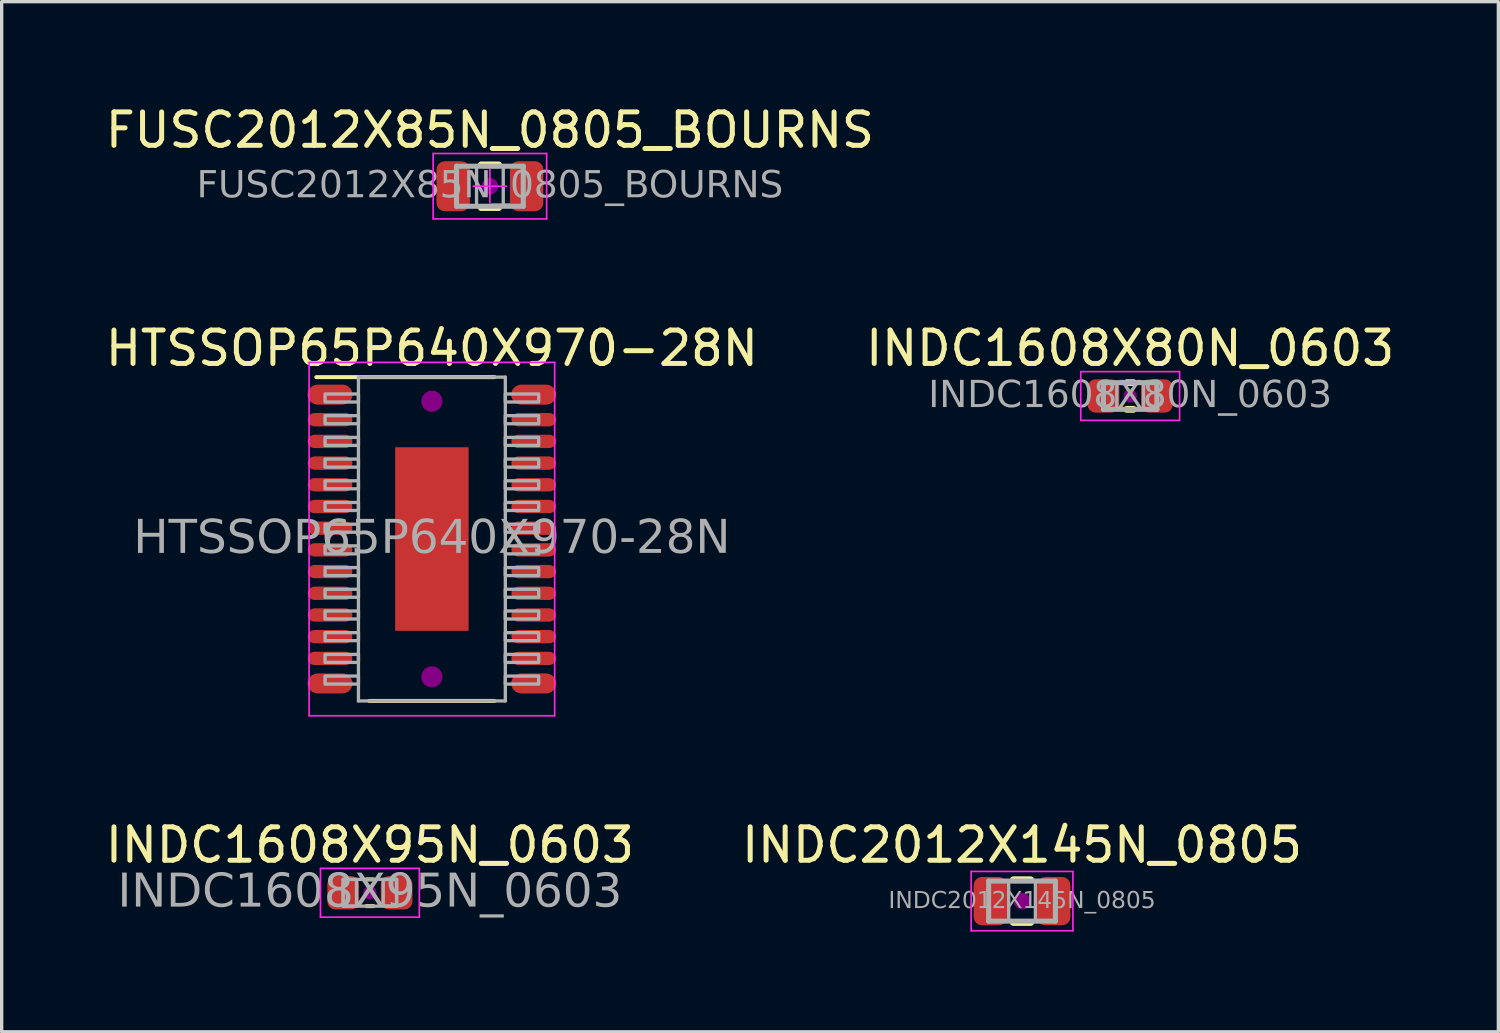
<source format=kicad_pcb>
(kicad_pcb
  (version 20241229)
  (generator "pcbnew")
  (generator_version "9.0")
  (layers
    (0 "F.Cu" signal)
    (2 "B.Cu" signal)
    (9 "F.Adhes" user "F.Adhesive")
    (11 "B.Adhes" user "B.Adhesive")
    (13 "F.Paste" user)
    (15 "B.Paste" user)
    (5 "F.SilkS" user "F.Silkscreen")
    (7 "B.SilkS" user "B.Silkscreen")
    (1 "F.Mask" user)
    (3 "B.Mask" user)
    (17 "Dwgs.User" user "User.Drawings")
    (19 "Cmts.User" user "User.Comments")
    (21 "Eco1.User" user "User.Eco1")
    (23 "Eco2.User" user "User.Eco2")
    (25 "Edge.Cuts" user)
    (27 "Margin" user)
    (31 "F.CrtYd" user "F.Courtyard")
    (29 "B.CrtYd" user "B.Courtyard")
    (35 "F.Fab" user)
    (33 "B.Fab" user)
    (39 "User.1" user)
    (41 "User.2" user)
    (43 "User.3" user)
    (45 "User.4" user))
  (footprint "INDC1608X95N_0603"
    (layer "F.Cu")
    (at 8.03 23.693)
    (property "Reference" "INDC1608X95N_0603" (at 0 -1.43 0) (layer "F.SilkS") (effects (font (size 1 1) (thickness 0.15))))
    (attr smd)
    (fp_line (start -0.1 -0.4) (end 0.1 -0.4) (stroke (width 0.12) (type solid)) (layer "F.SilkS"))
    (fp_line (start -0.1 0.4) (end 0.1 0.4) (stroke (width 0.12) (type solid)) (layer "F.SilkS"))
    (fp_circle (center 0 0) (end 0.2 0) (stroke (width 0) (type solid)) (fill yes) (layer "F.Adhes"))
    (fp_line (start -1.48 -0.73) (end 1.48 -0.73) (stroke (width 0.05) (type solid)) (layer "F.CrtYd"))
    (fp_line (start -1.48 0.73) (end -1.48 -0.73) (stroke (width 0.05) (type solid)) (layer "F.CrtYd"))
    (fp_line (start 1.48 -0.73) (end 1.48 0.73) (stroke (width 0.05) (type solid)) (layer "F.CrtYd"))
    (fp_line (start 1.48 0.73) (end -1.48 0.73) (stroke (width 0.05) (type solid)) (layer "F.CrtYd"))
    (fp_line (start -0.8 -0.4) (end 0.8 -0.4) (stroke (width 0.1) (type solid)) (layer "F.Fab"))
    (fp_line (start -0.8 0.4) (end -0.8 -0.4) (stroke (width 0.1) (type solid)) (layer "F.Fab"))
    (fp_line (start 0.8 -0.4) (end 0.8 0.4) (stroke (width 0.1) (type solid)) (layer "F.Fab"))
    (fp_line (start 0.8 0.4) (end -0.8 0.4) (stroke (width 0.1) (type solid)) (layer "F.Fab"))
    (fp_rect (start -0.8 -0.4) (end -0.4 0.4) (stroke (width 0.1) (type solid)) (fill no) (layer "F.Fab"))
    (fp_rect (start 0.8 0.4) (end 0.4 -0.4) (stroke (width 0.1) (type solid)) (fill no) (layer "F.Fab"))
    (fp_text user "${REFERENCE}" (at 0 0 0) (layer "F.Fab") (effects (font (face "Tahoma") (size 1 1) (thickness 0.15))))
    (pad "1" smd roundrect (at -0.8 0) (size 0.95 1) (layers "F.Cu" "F.Mask" "F.Paste") (roundrect_rratio 0.25))
    (pad "2" smd roundrect (at 0.8 0) (size 0.95 1) (layers "F.Cu" "F.Mask" "F.Paste") (roundrect_rratio 0.25)))
  (footprint "INDC1608X80N_0603"
    (layer "F.Cu")
    (at 30.804 8.812)
    (property "Reference" "INDC1608X80N_0603" (at 0 -1.43 0) (layer "F.SilkS") (effects (font (size 1 1) (thickness 0.15))))
    (attr smd)
    (fp_line (start -0.1 -0.4) (end 0.1 -0.4) (stroke (width 0.203) (type solid)) (layer "F.SilkS"))
    (fp_line (start -0.1 0.4) (end 0.1 0.4) (stroke (width 0.203) (type solid)) (layer "F.SilkS"))
    (fp_circle (center 0 0) (end 0.2 0) (stroke (width 0) (type solid)) (fill yes) (layer "F.Adhes"))
    (fp_line (start -1.48 -0.73) (end 1.48 -0.73) (stroke (width 0.05) (type solid)) (layer "F.CrtYd"))
    (fp_line (start -1.48 0.73) (end -1.48 -0.73) (stroke (width 0.05) (type solid)) (layer "F.CrtYd"))
    (fp_line (start 1.48 -0.73) (end 1.48 0.73) (stroke (width 0.05) (type solid)) (layer "F.CrtYd"))
    (fp_line (start 1.48 0.73) (end -1.48 0.73) (stroke (width 0.05) (type solid)) (layer "F.CrtYd"))
    (fp_line (start -0.8 -0.4) (end 0.8 -0.4) (stroke (width 0.152) (type solid)) (layer "F.Fab"))
    (fp_line (start -0.8 0.4) (end -0.8 -0.4) (stroke (width 0.152) (type solid)) (layer "F.Fab"))
    (fp_line (start 0.8 -0.4) (end 0.8 0.4) (stroke (width 0.152) (type solid)) (layer "F.Fab"))
    (fp_line (start 0.8 0.4) (end -0.8 0.4) (stroke (width 0.152) (type solid)) (layer "F.Fab"))
    (fp_rect (start -0.8 -0.4) (end -0.4 0.4) (stroke (width 0.1) (type solid)) (fill no) (layer "F.Fab"))
    (fp_rect (start 0.8 0.4) (end 0.4 -0.4) (stroke (width 0.1) (type solid)) (fill no) (layer "F.Fab"))
    (fp_text user "${REFERENCE}" (at 0 0 0) (layer "F.Fab") (effects (font (face "Tahoma") (size 0.8 0.8) (thickness 0.12))))
    (pad "1" smd roundrect (at -0.8 0) (size 0.95 1) (layers "F.Cu" "F.Mask" "F.Paste") (roundrect_rratio 0.25))
    (pad "2" smd roundrect (at 0.8 0) (size 0.95 1) (layers "F.Cu" "F.Mask" "F.Paste") (roundrect_rratio 0.25)))
  (footprint "FUSC2012X85N_0805_BOURNS"
    (layer "F.Cu")
    (at 11.625 2.528)
    (property "Reference" "FUSC2012X85N_0805_BOURNS" (at 0 -1.68 0) (layer "F.SilkS") (effects (font (size 1 1) (thickness 0.15))))
    (attr smd)
    (fp_line (start -0.261 -0.64) (end 0.261 -0.64) (stroke (width 0.203) (type solid)) (layer "F.SilkS"))
    (fp_line (start -0.261 0.64) (end 0.261 0.64) (stroke (width 0.203) (type solid)) (layer "F.SilkS"))
    (fp_circle (center 0 0) (end 0.25 0) (stroke (width 0) (type solid)) (fill yes) (layer "F.Adhes"))
    (fp_line (start -1.7 -0.98) (end 1.7 -0.98) (stroke (width 0.05) (type solid)) (layer "F.CrtYd"))
    (fp_line (start -1.7 0.98) (end -1.7 -0.98) (stroke (width 0.05) (type solid)) (layer "F.CrtYd"))
    (fp_line (start -0.5 0) (end 0.5 0) (stroke (width 0.05) (type default)) (layer "F.CrtYd"))
    (fp_line (start 0 0.5) (end 0 -0.5) (stroke (width 0.05) (type default)) (layer "F.CrtYd"))
    (fp_line (start 1.7 -0.98) (end 1.7 0.98) (stroke (width 0.05) (type solid)) (layer "F.CrtYd"))
    (fp_line (start 1.7 0.98) (end -1.7 0.98) (stroke (width 0.05) (type solid)) (layer "F.CrtYd"))
    (fp_line (start -1 -0.6) (end 1 -0.6) (stroke (width 0.152) (type solid)) (layer "F.Fab"))
    (fp_line (start -1 0.6) (end -1 -0.6) (stroke (width 0.152) (type solid)) (layer "F.Fab"))
    (fp_line (start 1 -0.6) (end 1 0.6) (stroke (width 0.152) (type solid)) (layer "F.Fab"))
    (fp_line (start 1 0.6) (end -1 0.6) (stroke (width 0.152) (type solid)) (layer "F.Fab"))
    (fp_rect (start -1 -0.6) (end -0.4 0.6) (stroke (width 0.1) (type solid)) (fill no) (layer "F.Fab"))
    (fp_rect (start 0.4 -0.6) (end 1 0.6) (stroke (width 0.1) (type solid)) (fill no) (layer "F.Fab"))
    (fp_text user "${REFERENCE}" (at 0 0 0) (layer "F.Fab") (effects (font (face "Tahoma") (size 0.8 0.8) (thickness 0.12))))
    (pad "1" smd roundrect (at -1.1 0) (size 1 1.5) (layers "F.Cu" "F.Mask" "F.Paste") (roundrect_rratio 0.25))
    (pad "2" smd roundrect (at 1.1 0) (size 1 1.5) (layers "F.Cu" "F.Mask" "F.Paste") (roundrect_rratio 0.25)))
  (footprint "INDC2012X145N_0805"
    (layer "F.Cu")
    (at 27.565 23.943)
    (property "Reference" "INDC2012X145N_0805" (at 0 -1.68 0) (layer "F.SilkS") (effects (font (size 1 1) (thickness 0.15))))
    (attr smd)
    (fp_line (start -0.261 -0.64) (end 0.261 -0.64) (stroke (width 0.203) (type solid)) (layer "F.SilkS"))
    (fp_line (start -0.261 0.64) (end 0.261 0.64) (stroke (width 0.203) (type solid)) (layer "F.SilkS"))
    (fp_circle (center 0 0) (end 0.25 0) (stroke (width 0) (type solid)) (fill yes) (layer "F.Adhes"))
    (fp_line (start -1.524 -0.889) (end 1.524 -0.889) (stroke (width 0.05) (type solid)) (layer "F.CrtYd"))
    (fp_line (start -1.524 0.889) (end -1.524 -0.889) (stroke (width 0.05) (type solid)) (layer "F.CrtYd"))
    (fp_line (start 1.524 -0.889) (end 1.524 0.889) (stroke (width 0.05) (type solid)) (layer "F.CrtYd"))
    (fp_line (start 1.524 0.889) (end -1.524 0.889) (stroke (width 0.05) (type solid)) (layer "F.CrtYd"))
    (fp_line (start -1 -0.6) (end 1 -0.6) (stroke (width 0.152) (type solid)) (layer "F.Fab"))
    (fp_line (start -1 0.6) (end -1 -0.6) (stroke (width 0.152) (type solid)) (layer "F.Fab"))
    (fp_line (start 1 -0.6) (end 1 0.6) (stroke (width 0.152) (type solid)) (layer "F.Fab"))
    (fp_line (start 1 0.6) (end -1 0.6) (stroke (width 0.152) (type solid)) (layer "F.Fab"))
    (fp_rect (start -1 -0.6) (end -0.4 0.6) (stroke (width 0.1) (type solid)) (fill no) (layer "F.Fab"))
    (fp_rect (start 0.4 -0.6) (end 1 0.6) (stroke (width 0.1) (type solid)) (fill no) (layer "F.Fab"))
    (fp_text user "${REFERENCE}" (at 0 0 0) (layer "F.Fab") (effects (font (face "Tahoma") (size 0.5 0.5) (thickness 0.08))))
    (pad "1" smd roundrect (at -0.95 0) (size 1 1.45) (layers "F.Cu" "F.Mask" "F.Paste") (roundrect_rratio 0.25))
    (pad "2" smd roundrect (at 0.95 0) (size 1 1.45) (layers "F.Cu" "F.Mask" "F.Paste") (roundrect_rratio 0.25)))
  (footprint "HTSSOP65P640X970-28N"
    (layer "F.Cu")
    (at 9.887 13.097)
    (property "Reference" "HTSSOP65P640X970-28N" (at 0 -5.715 180) (layer "F.SilkS") (effects (font (size 1 1) (thickness 0.15))))
    (attr through_hole)
    (fp_line (start -3.462 -4.85) (end 1.875 -4.85) (stroke (width 0.12) (type solid)) (layer "F.SilkS"))
    (fp_line (start -1.875 4.85) (end 1.875 4.85) (stroke (width 0.12) (type solid)) (layer "F.SilkS"))
    (fp_circle (center 0 -4.128) (end 0.318 -4.128) (stroke (width 0) (type solid)) (fill yes) (layer "F.Adhes"))
    (fp_circle (center 0 4.128) (end 0.318 4.128) (stroke (width 0) (type solid)) (fill yes) (layer "F.Adhes"))
    (fp_circle (center -1.292 -3.9) (end -0.975 -3.9) (stroke (width 0.1) (type solid)) (fill no) (layer "Eco2.User"))
    (fp_line (start -3.678 -5.293) (end 3.678 -5.293) (stroke (width 0.05) (type solid)) (layer "F.CrtYd"))
    (fp_line (start -3.678 5.293) (end -3.678 -5.293) (stroke (width 0.05) (type solid)) (layer "F.CrtYd"))
    (fp_line (start 3.678 -5.293) (end 3.678 5.293) (stroke (width 0.05) (type solid)) (layer "F.CrtYd"))
    (fp_line (start 3.678 5.293) (end -3.678 5.293) (stroke (width 0.05) (type solid)) (layer "F.CrtYd"))
    (fp_line (start -2.2 -4.85) (end 2.2 -4.85) (stroke (width 0.1) (type solid)) (layer "F.Fab"))
    (fp_line (start -2.2 4.85) (end -2.2 -4.85) (stroke (width 0.1) (type solid)) (layer "F.Fab"))
    (fp_line (start 2.2 -4.85) (end 2.2 4.85) (stroke (width 0.1) (type solid)) (layer "F.Fab"))
    (fp_line (start 2.2 4.85) (end -2.2 4.85) (stroke (width 0.1) (type solid)) (layer "F.Fab"))
    (fp_rect (start -3.2 -4.105) (end -2.2 -4.345) (stroke (width 0.1) (type solid)) (fill no) (layer "F.Fab"))
    (fp_rect (start -3.2 -3.455) (end -2.2 -3.695) (stroke (width 0.1) (type solid)) (fill no) (layer "F.Fab"))
    (fp_rect (start -3.2 -2.805) (end -2.2 -3.045) (stroke (width 0.1) (type solid)) (fill no) (layer "F.Fab"))
    (fp_rect (start -3.2 -2.155) (end -2.2 -2.395) (stroke (width 0.1) (type solid)) (fill no) (layer "F.Fab"))
    (fp_rect (start -3.2 -1.505) (end -2.2 -1.745) (stroke (width 0.1) (type solid)) (fill no) (layer "F.Fab"))
    (fp_rect (start -3.2 -0.855) (end -2.2 -1.095) (stroke (width 0.1) (type solid)) (fill no) (layer "F.Fab"))
    (fp_rect (start -3.2 -0.205) (end -2.2 -0.445) (stroke (width 0.1) (type solid)) (fill no) (layer "F.Fab"))
    (fp_rect (start -3.2 0.445) (end -2.2 0.205) (stroke (width 0.1) (type solid)) (fill no) (layer "F.Fab"))
    (fp_rect (start -3.2 1.095) (end -2.2 0.855) (stroke (width 0.1) (type solid)) (fill no) (layer "F.Fab"))
    (fp_rect (start -3.2 1.745) (end -2.2 1.505) (stroke (width 0.1) (type solid)) (fill no) (layer "F.Fab"))
    (fp_rect (start -3.2 2.395) (end -2.2 2.155) (stroke (width 0.1) (type solid)) (fill no) (layer "F.Fab"))
    (fp_rect (start -3.2 3.045) (end -2.2 2.805) (stroke (width 0.1) (type solid)) (fill no) (layer "F.Fab"))
    (fp_rect (start -3.2 3.695) (end -2.2 3.455) (stroke (width 0.1) (type solid)) (fill no) (layer "F.Fab"))
    (fp_rect (start -3.2 4.345) (end -2.2 4.105) (stroke (width 0.1) (type solid)) (fill no) (layer "F.Fab"))
    (fp_rect (start 3.2 -4.345) (end 2.2 -4.105) (stroke (width 0.1) (type solid)) (fill no) (layer "F.Fab"))
    (fp_rect (start 3.2 -3.695) (end 2.2 -3.455) (stroke (width 0.1) (type solid)) (fill no) (layer "F.Fab"))
    (fp_rect (start 3.2 -3.045) (end 2.2 -2.805) (stroke (width 0.1) (type solid)) (fill no) (layer "F.Fab"))
    (fp_rect (start 3.2 -2.395) (end 2.2 -2.155) (stroke (width 0.1) (type solid)) (fill no) (layer "F.Fab"))
    (fp_rect (start 3.2 -1.745) (end 2.2 -1.505) (stroke (width 0.1) (type solid)) (fill no) (layer "F.Fab"))
    (fp_rect (start 3.2 -1.095) (end 2.2 -0.855) (stroke (width 0.1) (type solid)) (fill no) (layer "F.Fab"))
    (fp_rect (start 3.2 -0.445) (end 2.2 -0.205) (stroke (width 0.1) (type solid)) (fill no) (layer "F.Fab"))
    (fp_rect (start 3.2 0.205) (end 2.2 0.445) (stroke (width 0.1) (type solid)) (fill no) (layer "F.Fab"))
    (fp_rect (start 3.2 0.855) (end 2.2 1.095) (stroke (width 0.1) (type solid)) (fill no) (layer "F.Fab"))
    (fp_rect (start 3.2 1.505) (end 2.2 1.745) (stroke (width 0.1) (type solid)) (fill no) (layer "F.Fab"))
    (fp_rect (start 3.2 2.155) (end 2.2 2.395) (stroke (width 0.1) (type solid)) (fill no) (layer "F.Fab"))
    (fp_rect (start 3.2 2.805) (end 2.2 3.045) (stroke (width 0.1) (type solid)) (fill no) (layer "F.Fab"))
    (fp_rect (start 3.2 3.455) (end 2.2 3.695) (stroke (width 0.1) (type solid)) (fill no) (layer "F.Fab"))
    (fp_rect (start 3.2 4.105) (end 2.2 4.345) (stroke (width 0.1) (type solid)) (fill no) (layer "F.Fab"))
    (fp_text user "${REFERENCE}" (at 0 0 0) (layer "F.Fab") (effects (font (face "Tahoma") (size 1 1) (thickness 0.15))))
    (pad "1" smd roundrect (at -3.05 -4.325 270) (size 0.6 1.35) (layers "F.Cu" "F.Mask" "F.Paste") (roundrect_rratio 0.5))
    (pad "2" smd roundrect (at -3.05 -3.575 270) (size 0.4 1.34) (layers "F.Cu" "F.Mask" "F.Paste") (roundrect_rratio 0.5))
    (pad "3" smd roundrect (at -3.05 -2.925 270) (size 0.4 1.34) (layers "F.Cu" "F.Mask" "F.Paste") (roundrect_rratio 0.5))
    (pad "4" smd roundrect (at -3.05 -2.275 270) (size 0.4 1.34) (layers "F.Cu" "F.Mask" "F.Paste") (roundrect_rratio 0.5))
    (pad "5" smd roundrect (at -3.05 -1.625 270) (size 0.4 1.34) (layers "F.Cu" "F.Mask" "F.Paste") (roundrect_rratio 0.5))
    (pad "6" smd roundrect (at -3.05 -0.975 270) (size 0.4 1.34) (layers "F.Cu" "F.Mask" "F.Paste") (roundrect_rratio 0.5))
    (pad "7" smd roundrect (at -3.05 -0.325 270) (size 0.4 1.34) (layers "F.Cu" "F.Mask" "F.Paste") (roundrect_rratio 0.5))
    (pad "8" smd roundrect (at -3.05 0.325 270) (size 0.4 1.34) (layers "F.Cu" "F.Mask" "F.Paste") (roundrect_rratio 0.5))
    (pad "9" smd roundrect (at -3.05 0.975 270) (size 0.4 1.34) (layers "F.Cu" "F.Mask" "F.Paste") (roundrect_rratio 0.5))
    (pad "10" smd roundrect (at -3.05 1.625 270) (size 0.4 1.34) (layers "F.Cu" "F.Mask" "F.Paste") (roundrect_rratio 0.5))
    (pad "11" smd roundrect (at -3.05 2.275 270) (size 0.4 1.34) (layers "F.Cu" "F.Mask" "F.Paste") (roundrect_rratio 0.5))
    (pad "12" smd roundrect (at -3.05 2.925 270) (size 0.4 1.34) (layers "F.Cu" "F.Mask" "F.Paste") (roundrect_rratio 0.5))
    (pad "13" smd roundrect (at -3.05 3.575 270) (size 0.4 1.34) (layers "F.Cu" "F.Mask" "F.Paste") (roundrect_rratio 0.5))
    (pad "14" smd roundrect (at -3.05 4.325 270) (size 0.6 1.35) (layers "F.Cu" "F.Mask" "F.Paste") (roundrect_rratio 0.5))
    (pad "15" smd roundrect (at 3.05 4.325 270) (size 0.6 1.35) (layers "F.Cu" "F.Mask" "F.Paste") (roundrect_rratio 0.5))
    (pad "16" smd roundrect (at 3.05 3.575 270) (size 0.4 1.34) (layers "F.Cu" "F.Mask" "F.Paste") (roundrect_rratio 0.5))
    (pad "17" smd roundrect (at 3.05 2.925 270) (size 0.4 1.34) (layers "F.Cu" "F.Mask" "F.Paste") (roundrect_rratio 0.5))
    (pad "18" smd roundrect (at 3.05 2.275 270) (size 0.4 1.34) (layers "F.Cu" "F.Mask" "F.Paste") (roundrect_rratio 0.5))
    (pad "19" smd roundrect (at 3.05 1.625 270) (size 0.4 1.34) (layers "F.Cu" "F.Mask" "F.Paste") (roundrect_rratio 0.5))
    (pad "20" smd roundrect (at 3.05 0.975 270) (size 0.4 1.34) (layers "F.Cu" "F.Mask" "F.Paste") (roundrect_rratio 0.5))
    (pad "21" smd roundrect (at 3.05 0.325 270) (size 0.4 1.34) (layers "F.Cu" "F.Mask" "F.Paste") (roundrect_rratio 0.5))
    (pad "22" smd roundrect (at 3.05 -0.325 270) (size 0.4 1.34) (layers "F.Cu" "F.Mask" "F.Paste") (roundrect_rratio 0.5))
    (pad "23" smd roundrect (at 3.05 -0.975 270) (size 0.4 1.34) (layers "F.Cu" "F.Mask" "F.Paste") (roundrect_rratio 0.5))
    (pad "24" smd roundrect (at 3.05 -1.625 270) (size 0.4 1.34) (layers "F.Cu" "F.Mask" "F.Paste") (roundrect_rratio 0.5))
    (pad "25" smd roundrect (at 3.05 -2.275 270) (size 0.4 1.34) (layers "F.Cu" "F.Mask" "F.Paste") (roundrect_rratio 0.5))
    (pad "26" smd roundrect (at 3.05 -2.925 270) (size 0.4 1.34) (layers "F.Cu" "F.Mask" "F.Paste") (roundrect_rratio 0.5))
    (pad "27" smd roundrect (at 3.05 -3.575 270) (size 0.4 1.34) (layers "F.Cu" "F.Mask" "F.Paste") (roundrect_rratio 0.5))
    (pad "28" smd roundrect (at 3.05 -4.325 270) (size 0.6 1.35) (layers "F.Cu" "F.Mask" "F.Paste") (roundrect_rratio 0.5))
    (pad "29" smd rect (at 0 0) (size 2.2 5.5) (property pad_prop_heatsink) (layers "F.Cu" "F.Mask" "F.Paste")))
  (gr_rect
    (start -3 -3)
    (end 41.833 27.857)
    (stroke (width 0.1) (type default))
    (fill no)
    (layer "Edge.Cuts")))
</source>
